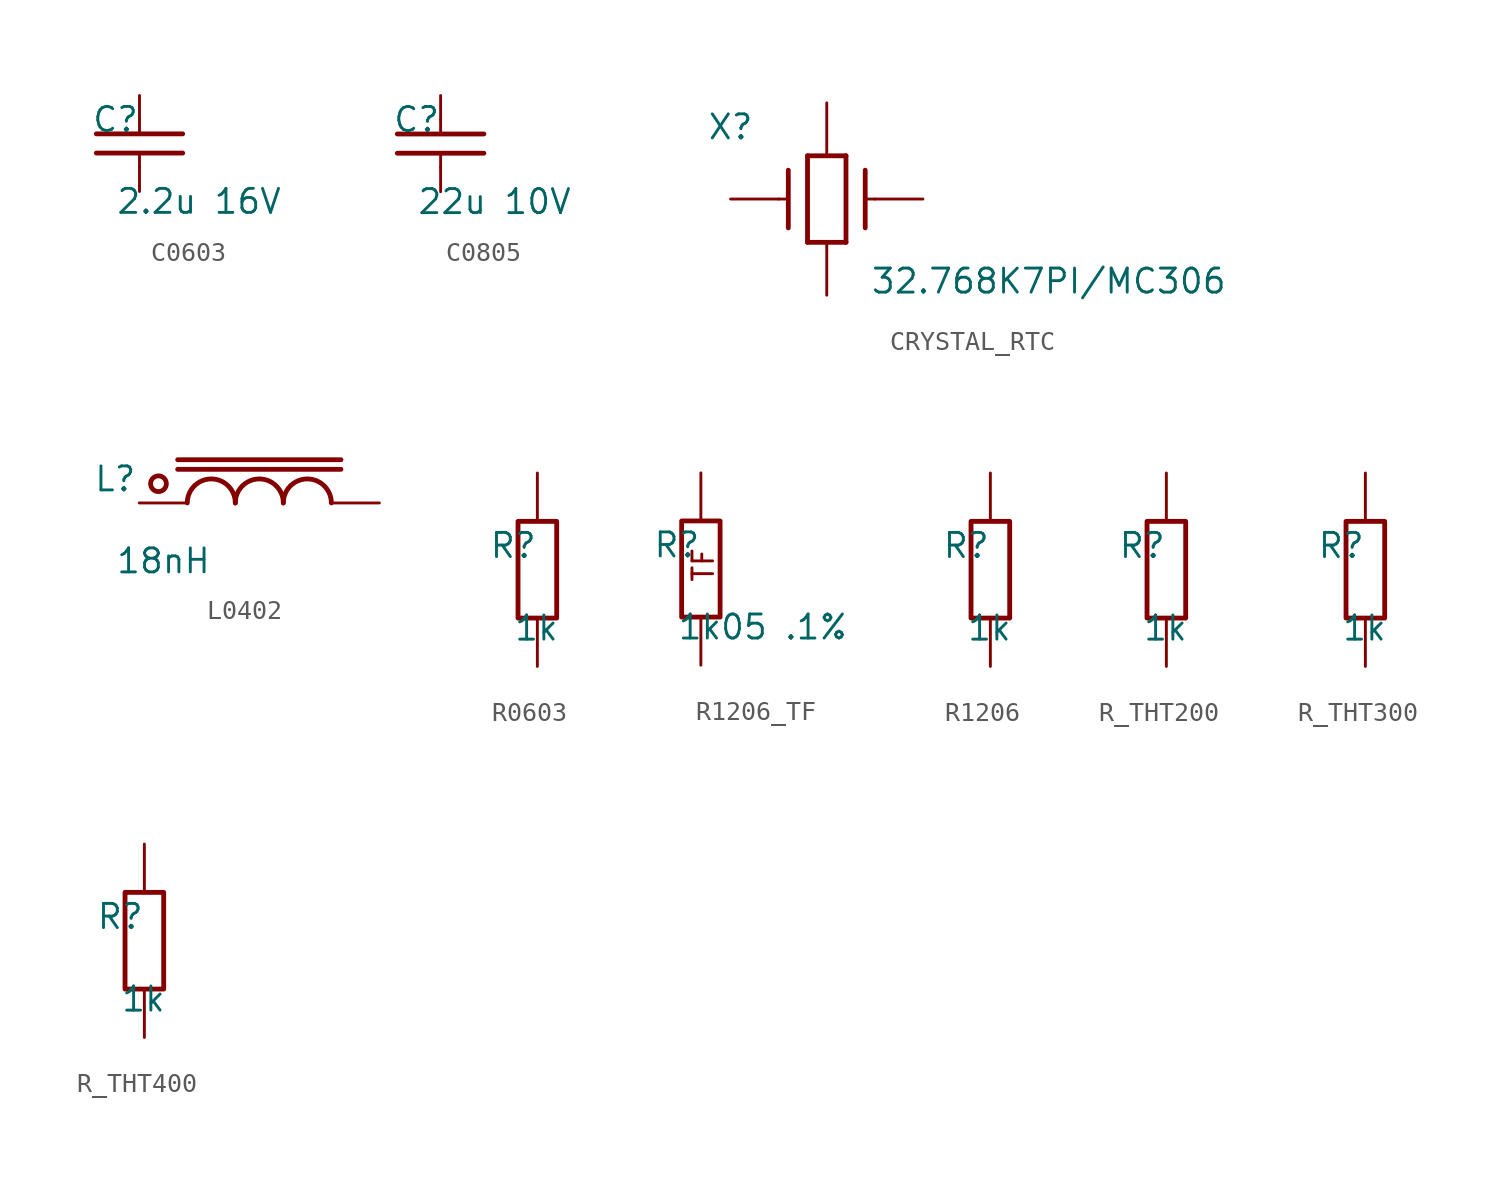
<source format=kicad_sym>
(kicad_symbol_lib
  (version 20231120)
  (generator "kicad_symbol_editor")
  (generator_version "8.0")
  (symbol "C0603"
    (property "Reference" "C"
      (at -1.27 1.27 0)
      (effects (font (size 1.27 1.27))))
    (property "Value" "2.2u 16V"
      (at -1.27 -3.81 0)
      (effects (font (size 1.27 1.27)) (justify left bottom)))
    (symbol "C0603_1_0"
      (polyline (pts (xy -2.286 -0.508) (xy 2.286 -0.508)) (stroke (width 0.254) (type solid)) (fill (type none)))
      (polyline (pts (xy -2.286 0.508) (xy 2.286 0.508)) (stroke (width 0.254) (type solid)) (fill (type none)))
      (polyline (pts (xy 0 -0.508) (xy 0 -1.27)) (stroke (width 0) (type solid)) (fill (type none)))
      (polyline (pts (xy 0 1.27) (xy 0 0.508)) (stroke (width 0) (type solid)) (fill (type none)))
      (pin passive line (at 0 2.54 270) (length 1.27) (name "" (effects (font (size 0 0)))) (number "1" (effects (font (size 0 0)))))
      (pin passive line (at 0 -2.54 90) (length 1.27) (name "" (effects (font (size 0 0)))) (number "2" (effects (font (size 0 0)))))))
  (symbol "C0805"
    (property "Reference" "C"
      (at -1.27 1.27 0)
      (effects (font (size 1.27 1.27))))
    (property "Value" "22u 10V"
      (at -1.27 -3.81 0)
      (effects (font (size 1.27 1.27)) (justify left bottom)))
    (symbol "C0805_1_0"
      (polyline (pts (xy -2.286 -0.508) (xy 2.286 -0.508)) (stroke (width 0.254) (type solid)) (fill (type none)))
      (polyline (pts (xy -2.286 0.508) (xy 2.286 0.508)) (stroke (width 0.254) (type solid)) (fill (type none)))
      (polyline (pts (xy 0 -0.508) (xy 0 -1.27)) (stroke (width 0) (type solid)) (fill (type none)))
      (polyline (pts (xy 0 1.27) (xy 0 0.508)) (stroke (width 0) (type solid)) (fill (type none)))
      (pin passive line (at 0 2.54 270) (length 1.27) (name "" (effects (font (size 0 0)))) (number "1" (effects (font (size 0 0)))))
      (pin passive line (at 0 -2.54 90) (length 1.27) (name "" (effects (font (size 0 0)))) (number "2" (effects (font (size 0 0)))))))
  (symbol "CRYSTAL_RTC"
    (property "Reference" "X"
      (at -5.08 3.81 0)
      (effects (font (size 1.27 1.27))))
    (property "Value" "32.768K7PI/MC306"
      (at 2.286 -5.08 0)
      (effects (font (size 1.27 1.27)) (justify left bottom)))
    (symbol "CRYSTAL_RTC_1_0"
      (polyline (pts (xy -2.54 0) (xy -2.032 0)) (stroke (width 0) (type solid)) (fill (type none)))
      (polyline (pts (xy -2.032 1.524) (xy -2.032 -1.524)) (stroke (width 0.254) (type solid)) (fill (type none)))
      (polyline (pts (xy -1.016 -2.286) (xy 1.016 -2.286)) (stroke (width 0.254) (type solid)) (fill (type none)))
      (polyline (pts (xy -1.016 2.286) (xy -1.016 -2.286)) (stroke (width 0.254) (type solid)) (fill (type none)))
      (polyline (pts (xy -1.016 2.286) (xy 1.016 2.286)) (stroke (width 0.254) (type solid)) (fill (type none)))
      (polyline (pts (xy 1.016 2.286) (xy 1.016 -2.286)) (stroke (width 0.254) (type solid)) (fill (type none)))
      (polyline (pts (xy 2.032 0) (xy 2.54 0)) (stroke (width 0) (type solid)) (fill (type none)))
      (polyline (pts (xy 2.032 1.524) (xy 2.032 -1.524)) (stroke (width 0.254) (type solid)) (fill (type none)))
      (pin passive line (at -5.08 0 0) (length 2.54) (name "" (effects (font (size 0 0)))) (number "1" (effects (font (size 0 0)))))
      (pin passive line (at 5.08 0 180) (length 2.54) (name "" (effects (font (size 0 0)))) (number "2" (effects (font (size 0 0)))))
      (pin passive line (at 0 -5.08 90) (length 2.794) (name "" (effects (font (size 0 0)))) (number "3" (effects (font (size 0 0)))))
      (pin passive line (at 0 5.08 270) (length 2.794) (name "" (effects (font (size 0 0)))) (number "4" (effects (font (size 0 0)))))))
  (symbol "L0402"
    (property "Reference" "L"
      (at -1.27 1.27 0)
      (effects (font (size 1.27 1.27))))
    (property "Value" "18nH"
      (at -1.27 -3.81 0)
      (effects (font (size 1.27 1.27)) (justify left bottom)))
    (symbol "L0402_1_0"
      (polyline (pts (xy 2.032 1.778) (xy 10.668 1.778)) (stroke (width 0.254) (type solid)) (fill (type none)))
      (polyline (pts (xy 2.032 2.286) (xy 10.668 2.286)) (stroke (width 0.254) (type solid)) (fill (type none)))
      (circle (center 1.016 1.016) (radius 0.416) (stroke (width 0.254) (type solid)) (fill (type none)))
      (arc (start 5.08 0) (mid 3.81 1.27) (end 2.54 0) (stroke (width 0.254) (type solid)) (fill (type none)))
      (arc (start 7.62 0) (mid 6.35 1.27) (end 5.08 0) (stroke (width 0.254) (type solid)) (fill (type none)))
      (arc (start 10.16 0) (mid 8.89 1.27) (end 7.62 0) (stroke (width 0.254) (type solid)) (fill (type none)))
      (pin passive line (at 0 0 0) (length 2.54) (name "1" (effects (font (size 0 0)))) (number "1" (effects (font (size 0 0)))))
      (pin passive line (at 12.7 0 180) (length 2.54) (name "2" (effects (font (size 0 0)))) (number "2" (effects (font (size 0 0)))))))
  (symbol "R0603"
    (property "Reference" "R"
      (at -1.27 1.27 0)
      (effects (font (size 1.27 1.27))))
    (property "Value" "1k"
      (at -1.27 -3.81 0)
      (effects (font (size 1.27 1.27)) (justify left bottom)))
    (symbol "R0603_1_0"
      (rectangle (start -1.016 2.54) (end 1.016 -2.54) (stroke (width 0.254) (type solid)) (fill (type none)))
      (pin passive line (at 0 5.08 270) (length 2.54) (name "1" (effects (font (size 0 0)))) (number "1" (effects (font (size 0 0)))))
      (pin passive line (at 0 -5.08 90) (length 2.54) (name "2" (effects (font (size 0 0)))) (number "2" (effects (font (size 0 0)))))))
  (symbol "R1206_TF"
    (property "Reference" "R"
      (at -1.27 1.27 0)
      (effects (font (size 1.27 1.27))))
    (property "Value" "1k05 .1%"
      (at -1.27 -3.81 0)
      (effects (font (size 1.27 1.27)) (justify left bottom)))
    (symbol "R1206_TF_1_0"
      (rectangle (start -1.016 2.54) (end 1.016 -2.54) (stroke (width 0.254) (type solid)) (fill (type none)))
      (text "TF" (at 0.762 -0.762 900) (effects (font (size 1.092 1.092)) (justify left bottom)))
      (pin passive line (at 0 5.08 270) (length 2.54) (name "1" (effects (font (size 0 0)))) (number "1" (effects (font (size 0 0)))))
      (pin passive line (at 0 -5.08 90) (length 2.54) (name "2" (effects (font (size 0 0)))) (number "2" (effects (font (size 0 0)))))))
  (symbol "R1206"
    (property "Reference" "R"
      (at -1.27 1.27 0)
      (effects (font (size 1.27 1.27))))
    (property "Value" "1k"
      (at -1.27 -3.81 0)
      (effects (font (size 1.27 1.27)) (justify left bottom)))
    (symbol "R1206_1_0"
      (rectangle (start -1.016 2.54) (end 1.016 -2.54) (stroke (width 0.254) (type solid)) (fill (type none)))
      (pin passive line (at 0 5.08 270) (length 2.54) (name "1" (effects (font (size 0 0)))) (number "1" (effects (font (size 0 0)))))
      (pin passive line (at 0 -5.08 90) (length 2.54) (name "2" (effects (font (size 0 0)))) (number "2" (effects (font (size 0 0)))))))
  (symbol "R_THT200"
    (property "Reference" "R"
      (at -1.27 1.27 0)
      (effects (font (size 1.27 1.27))))
    (property "Value" "1k"
      (at -1.27 -3.81 0)
      (effects (font (size 1.27 1.27)) (justify left bottom)))
    (symbol "R_THT200_1_0"
      (rectangle (start -1.016 2.54) (end 1.016 -2.54) (stroke (width 0.254) (type solid)) (fill (type none)))
      (pin passive line (at 0 5.08 270) (length 2.54) (name "1" (effects (font (size 0 0)))) (number "1" (effects (font (size 0 0)))))
      (pin passive line (at 0 -5.08 90) (length 2.54) (name "2" (effects (font (size 0 0)))) (number "2" (effects (font (size 0 0)))))))
  (symbol "R_THT300"
    (property "Reference" "R"
      (at -1.27 1.27 0)
      (effects (font (size 1.27 1.27))))
    (property "Value" "1k"
      (at -1.27 -3.81 0)
      (effects (font (size 1.27 1.27)) (justify left bottom)))
    (symbol "R_THT300_1_0"
      (rectangle (start -1.016 2.54) (end 1.016 -2.54) (stroke (width 0.254) (type solid)) (fill (type none)))
      (pin passive line (at 0 5.08 270) (length 2.54) (name "1" (effects (font (size 0 0)))) (number "1" (effects (font (size 0 0)))))
      (pin passive line (at 0 -5.08 90) (length 2.54) (name "2" (effects (font (size 0 0)))) (number "2" (effects (font (size 0 0)))))))
  (symbol "R_THT400"
    (property "Reference" "R"
      (at -1.27 1.27 0)
      (effects (font (size 1.27 1.27))))
    (property "Value" "1k"
      (at -1.27 -3.81 0)
      (effects (font (size 1.27 1.27)) (justify left bottom)))
    (symbol "R_THT400_1_0"
      (rectangle (start -1.016 2.54) (end 1.016 -2.54) (stroke (width 0.254) (type solid)) (fill (type none)))
      (pin passive line (at 0 5.08 270) (length 2.54) (name "1" (effects (font (size 0 0)))) (number "1" (effects (font (size 0 0)))))
      (pin passive line (at 0 -5.08 90) (length 2.54) (name "2" (effects (font (size 0 0)))) (number "2" (effects (font (size 0 0))))))))
</source>
